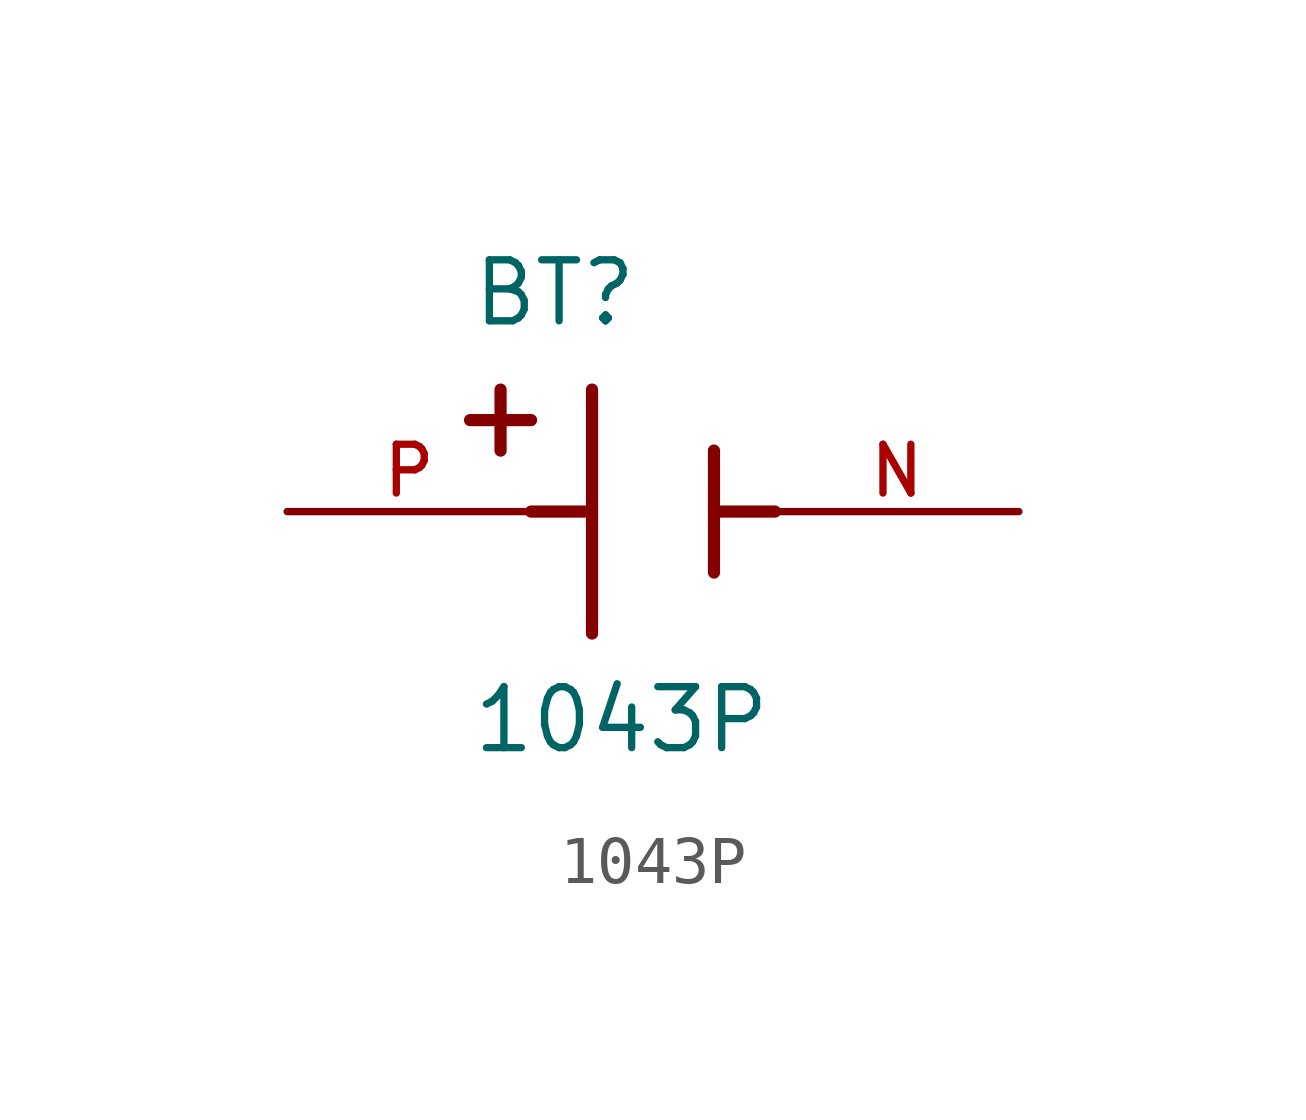
<source format=kicad_sym>
(kicad_symbol_lib
  (version 20211014)
  (generator kicad_symbol_editor)
  (symbol "1043P"
    (pin_names
      (offset 1.016))
    (property "Reference" "BT"
      (at -3.81 3.81 0)
      (effects (font (size 1.27 1.27)) (justify bottom left)))
    (property "Value" "1043P"
      (at -3.81 -5.08 0)
      (effects (font (size 1.27 1.27)) (justify bottom left)))
    (symbol "1043P_0_0"
      (polyline (pts (xy -1.27 2.54) (xy -1.27 -2.54)) (stroke (width 0.254)))
      (polyline (pts (xy 1.27 1.27) (xy 1.27 -1.27)) (stroke (width 0.254)))
      (polyline (pts (xy -1.27 0.0) (xy -2.54 0.0)) (stroke (width 0.254)))
      (polyline (pts (xy 1.27 0.0) (xy 2.54 0.0)) (stroke (width 0.254)))
      (polyline (pts (xy -3.175 2.54) (xy -3.175 1.27)) (stroke (width 0.254)))
      (polyline (pts (xy -3.81 1.905) (xy -2.54 1.905)) (stroke (width 0.254)))
      (pin passive line (at -7.62 0.0 0) (length 5.08) (name "~" (effects (font (size 1.016 1.016)))) (number "P" (effects (font (size 1.016 1.016)))))
      (pin passive line (at 7.62 0.0 180.0) (length 5.08) (name "~" (effects (font (size 1.016 1.016)))) (number "N" (effects (font (size 1.016 1.016))))))))
</source>
